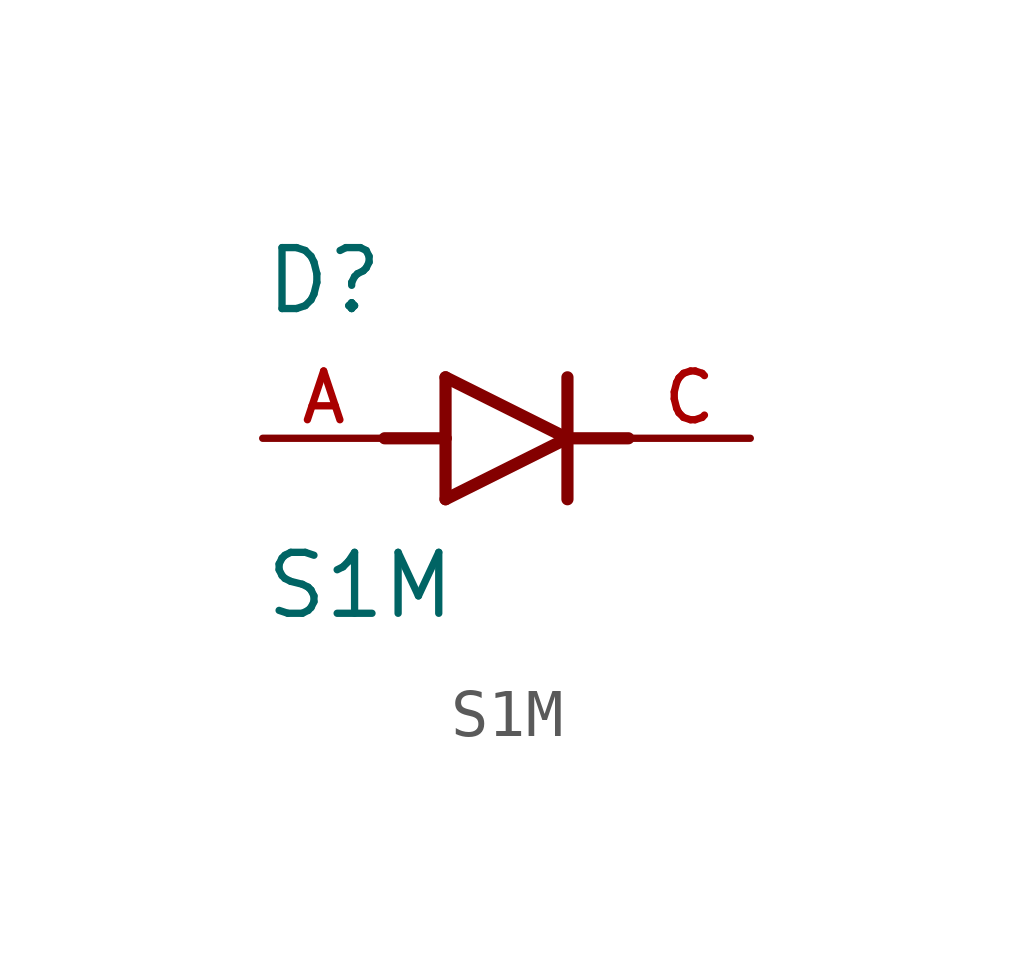
<source format=kicad_sym>
(kicad_symbol_lib
  (version 20211014)
  (generator kicad_symbol_editor)
  (symbol "S1M"
    (pin_names
      (offset 1.016))
    (property "Reference" "D"
      (at -5.08 2.54 0)
      (effects (font (size 1.27 1.27)) (justify bottom left)))
    (property "Value" "S1M"
      (at -5.08 -3.81 0)
      (effects (font (size 1.27 1.27)) (justify bottom left)))
    (symbol "S1M_0_0"
      (polyline (pts (xy -1.27 -1.27) (xy 1.27 0.0)) (stroke (width 0.254)))
      (polyline (pts (xy 1.27 0.0) (xy -1.27 1.27)) (stroke (width 0.254)))
      (polyline (pts (xy 1.27 1.27) (xy 1.27 0.0)) (stroke (width 0.254)))
      (polyline (pts (xy -1.27 1.27) (xy -1.27 0.0)) (stroke (width 0.254)))
      (polyline (pts (xy -1.27 0.0) (xy -1.27 -1.27)) (stroke (width 0.254)))
      (polyline (pts (xy 1.27 0.0) (xy 1.27 -1.27)) (stroke (width 0.254)))
      (polyline (pts (xy -2.54 0.0) (xy -1.27 0.0)) (stroke (width 0.254)))
      (polyline (pts (xy 1.27 0.0) (xy 2.54 0.0)) (stroke (width 0.254)))
      (pin passive line (at 5.08 0.0 180.0) (length 2.54) (name "~" (effects (font (size 1.016 1.016)))) (number "C" (effects (font (size 1.016 1.016)))))
      (pin passive line (at -5.08 0.0 0) (length 2.54) (name "~" (effects (font (size 1.016 1.016)))) (number "A" (effects (font (size 1.016 1.016))))))))
</source>
